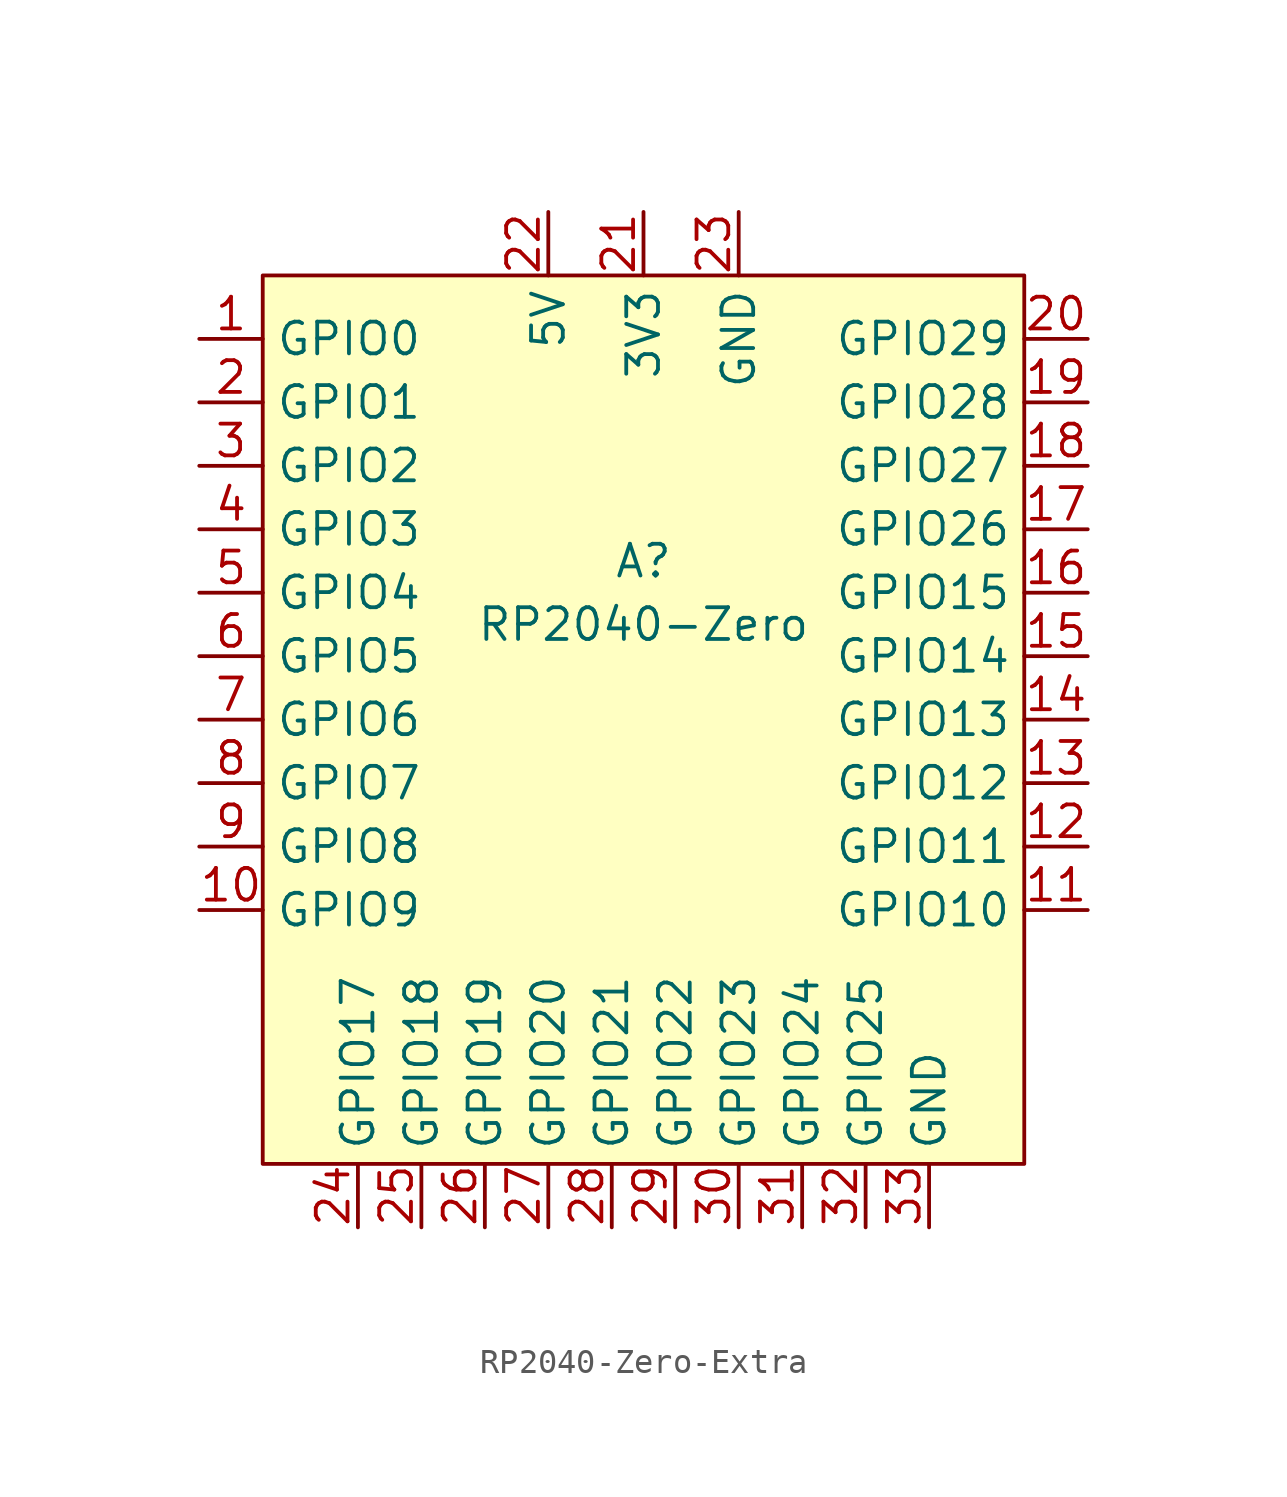
<source format=kicad_sym>
(kicad_symbol_lib
  (version 20220914)
  (generator kicad_symbol_editor)
  (symbol "RP2040-Zero-Extra"
    (property "Reference" "A"
      (at 0 1.27 0)
      (effects (font (size 1.27 1.27))))
    (property "Value" "RP2040-Zero"
      (at 0 -1.27 0)
      (effects (font (size 1.27 1.27))))
    (symbol "RP2040-Zero-Extra_0_1"
      (rectangle (start -15.24 12.7) (end 15.24 -22.86) (stroke (width 0) (type default)) (fill (type background))))
    (symbol "RP2040-Zero-Extra_1_1"
      (pin bidirectional line (at -17.78 10.16 0) (length 2.54) (name "GPIO0" (effects (font (size 1.27 1.27)))) (number "1" (effects (font (size 1.27 1.27)))))
      (pin bidirectional line (at -17.78 -12.7 0) (length 2.54) (name "GPIO9" (effects (font (size 1.27 1.27)))) (number "10" (effects (font (size 1.27 1.27)))))
      (pin bidirectional line (at 17.78 -12.7 180) (length 2.54) (name "GPIO10" (effects (font (size 1.27 1.27)))) (number "11" (effects (font (size 1.27 1.27)))))
      (pin bidirectional line (at 17.78 -10.16 180) (length 2.54) (name "GPIO11" (effects (font (size 1.27 1.27)))) (number "12" (effects (font (size 1.27 1.27)))))
      (pin bidirectional line (at 17.78 -7.62 180) (length 2.54) (name "GPIO12" (effects (font (size 1.27 1.27)))) (number "13" (effects (font (size 1.27 1.27)))))
      (pin bidirectional line (at 17.78 -5.08 180) (length 2.54) (name "GPIO13" (effects (font (size 1.27 1.27)))) (number "14" (effects (font (size 1.27 1.27)))))
      (pin bidirectional line (at 17.78 -2.54 180) (length 2.54) (name "GPIO14" (effects (font (size 1.27 1.27)))) (number "15" (effects (font (size 1.27 1.27)))))
      (pin bidirectional line (at 17.78 0 180) (length 2.54) (name "GPIO15" (effects (font (size 1.27 1.27)))) (number "16" (effects (font (size 1.27 1.27)))))
      (pin bidirectional line (at 17.78 2.54 180) (length 2.54) (name "GPIO26" (effects (font (size 1.27 1.27)))) (number "17" (effects (font (size 1.27 1.27)))))
      (pin bidirectional line (at 17.78 5.08 180) (length 2.54) (name "GPIO27" (effects (font (size 1.27 1.27)))) (number "18" (effects (font (size 1.27 1.27)))))
      (pin bidirectional line (at 17.78 7.62 180) (length 2.54) (name "GPIO28" (effects (font (size 1.27 1.27)))) (number "19" (effects (font (size 1.27 1.27)))))
      (pin bidirectional line (at -17.78 7.62 0) (length 2.54) (name "GPIO1" (effects (font (size 1.27 1.27)))) (number "2" (effects (font (size 1.27 1.27)))))
      (pin bidirectional line (at 17.78 10.16 180) (length 2.54) (name "GPIO29" (effects (font (size 1.27 1.27)))) (number "20" (effects (font (size 1.27 1.27)))))
      (pin power_out line (at 0 15.24 270) (length 2.54) (name "3V3" (effects (font (size 1.27 1.27)))) (number "21" (effects (font (size 1.27 1.27)))))
      (pin power_in line (at -3.81 15.24 270) (length 2.54) (name "5V" (effects (font (size 1.27 1.27)))) (number "22" (effects (font (size 1.27 1.27)))))
      (pin power_in line (at 3.81 15.24 270) (length 2.54) (name "GND" (effects (font (size 1.27 1.27)))) (number "23" (effects (font (size 1.27 1.27)))))
      (pin bidirectional line (at -11.43 -25.4 90) (length 2.54) (name "GPIO17" (effects (font (size 1.27 1.27)))) (number "24" (effects (font (size 1.27 1.27)))))
      (pin bidirectional line (at -8.89 -25.4 90) (length 2.54) (name "GPIO18" (effects (font (size 1.27 1.27)))) (number "25" (effects (font (size 1.27 1.27)))))
      (pin bidirectional line (at -6.35 -25.4 90) (length 2.54) (name "GPIO19" (effects (font (size 1.27 1.27)))) (number "26" (effects (font (size 1.27 1.27)))))
      (pin bidirectional line (at -3.81 -25.4 90) (length 2.54) (name "GPIO20" (effects (font (size 1.27 1.27)))) (number "27" (effects (font (size 1.27 1.27)))))
      (pin bidirectional line (at -1.27 -25.4 90) (length 2.54) (name "GPIO21" (effects (font (size 1.27 1.27)))) (number "28" (effects (font (size 1.27 1.27)))))
      (pin bidirectional line (at 1.27 -25.4 90) (length 2.54) (name "GPIO22" (effects (font (size 1.27 1.27)))) (number "29" (effects (font (size 1.27 1.27)))))
      (pin bidirectional line (at -17.78 5.08 0) (length 2.54) (name "GPIO2" (effects (font (size 1.27 1.27)))) (number "3" (effects (font (size 1.27 1.27)))))
      (pin bidirectional line (at 3.81 -25.4 90) (length 2.54) (name "GPIO23" (effects (font (size 1.27 1.27)))) (number "30" (effects (font (size 1.27 1.27)))))
      (pin bidirectional line (at 6.35 -25.4 90) (length 2.54) (name "GPIO24" (effects (font (size 1.27 1.27)))) (number "31" (effects (font (size 1.27 1.27)))))
      (pin bidirectional line (at 8.89 -25.4 90) (length 2.54) (name "GPIO25" (effects (font (size 1.27 1.27)))) (number "32" (effects (font (size 1.27 1.27)))))
      (pin power_in line (at 11.43 -25.4 90) (length 2.54) (name "GND" (effects (font (size 1.27 1.27)))) (number "33" (effects (font (size 1.27 1.27)))))
      (pin bidirectional line (at -17.78 2.54 0) (length 2.54) (name "GPIO3" (effects (font (size 1.27 1.27)))) (number "4" (effects (font (size 1.27 1.27)))))
      (pin bidirectional line (at -17.78 0 0) (length 2.54) (name "GPIO4" (effects (font (size 1.27 1.27)))) (number "5" (effects (font (size 1.27 1.27)))))
      (pin bidirectional line (at -17.78 -2.54 0) (length 2.54) (name "GPIO5" (effects (font (size 1.27 1.27)))) (number "6" (effects (font (size 1.27 1.27)))))
      (pin bidirectional line (at -17.78 -5.08 0) (length 2.54) (name "GPIO6" (effects (font (size 1.27 1.27)))) (number "7" (effects (font (size 1.27 1.27)))))
      (pin bidirectional line (at -17.78 -7.62 0) (length 2.54) (name "GPIO7" (effects (font (size 1.27 1.27)))) (number "8" (effects (font (size 1.27 1.27)))))
      (pin bidirectional line (at -17.78 -10.16 0) (length 2.54) (name "GPIO8" (effects (font (size 1.27 1.27)))) (number "9" (effects (font (size 1.27 1.27))))))))
</source>
